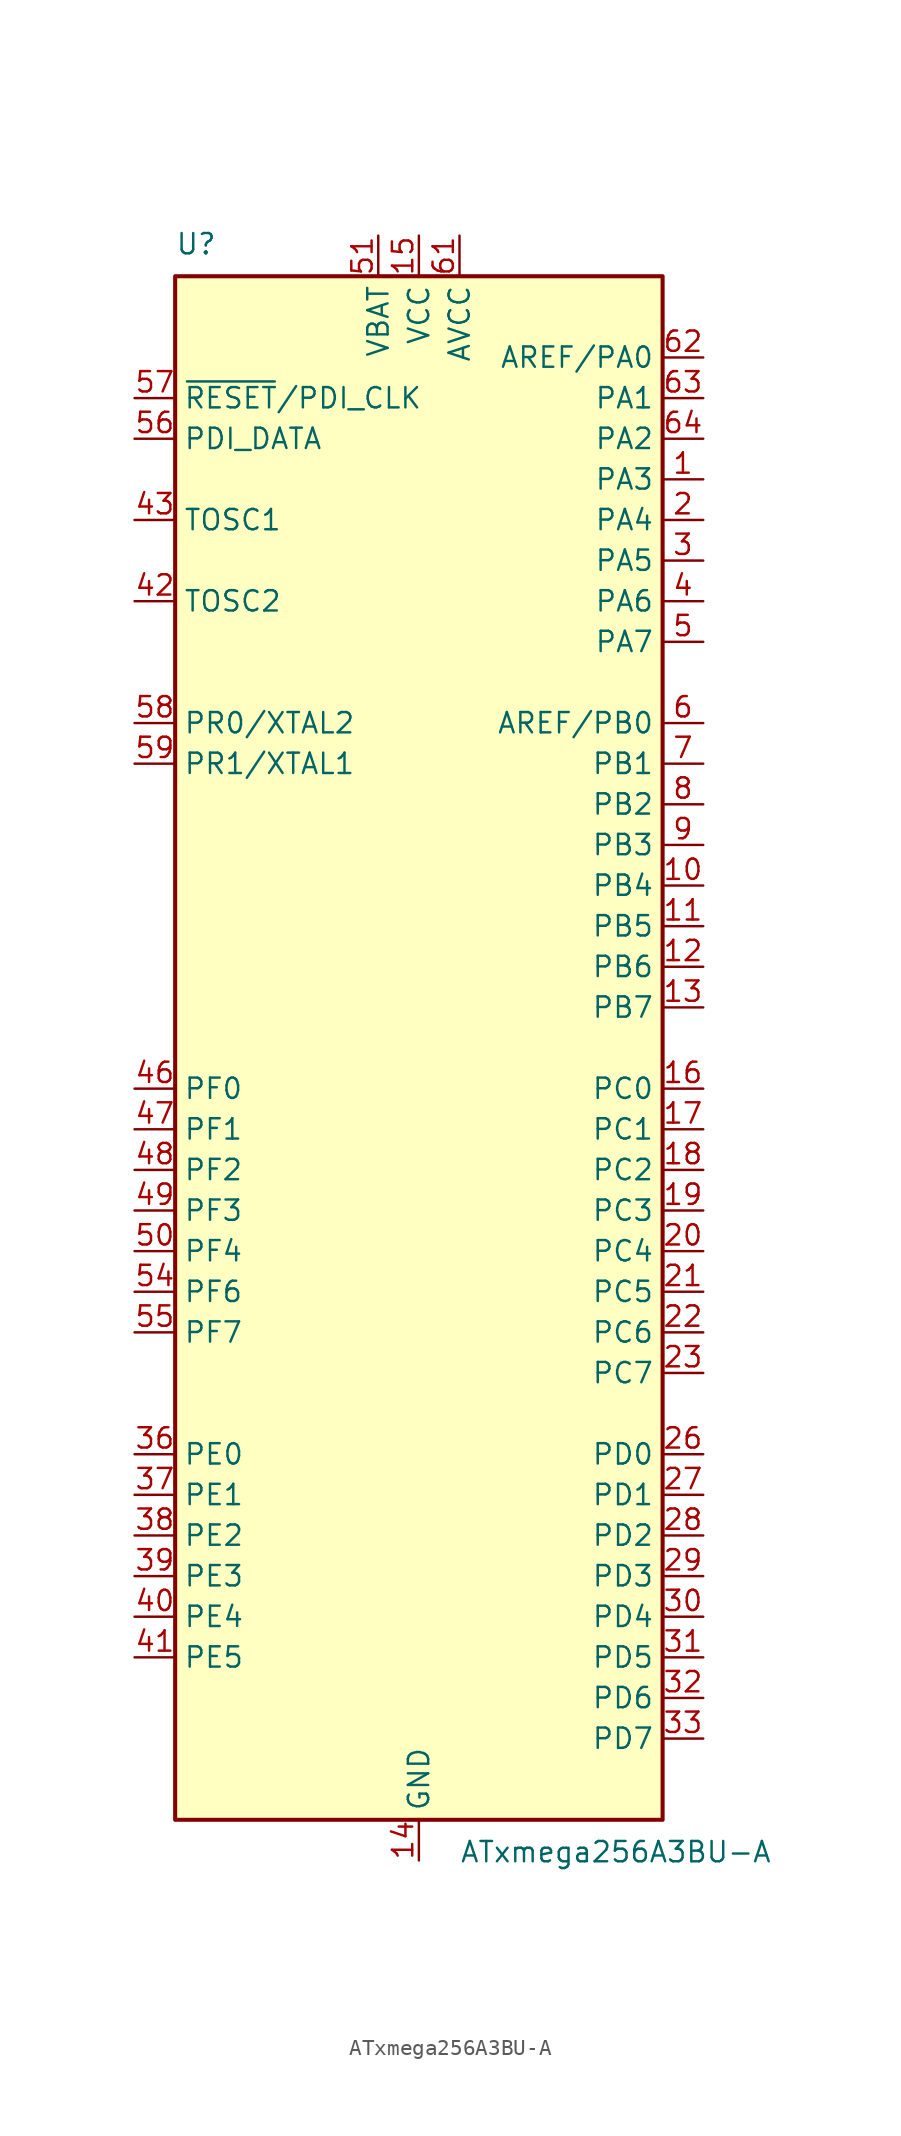
<source format=kicad_sym>
(kicad_symbol_lib
  (version 20231120)
  (generator "kicad_symbol_editor")
  (generator_version "8.0")
  (symbol "ATxmega256A3BU-A"
    (property "Reference" "U"
      (at -15.24 49.53 0)
      (effects (font (size 1.27 1.27)) (justify left bottom)))
    (property "Value" "ATxmega256A3BU-A"
      (at 2.54 -49.53 0)
      (effects (font (size 1.27 1.27)) (justify left top)))
    (symbol "ATxmega256A3BU-A_0_1"
      (rectangle (start -15.24 -48.26) (end 15.24 48.26) (stroke (width 0.254) (type default)) (fill (type background))))
    (symbol "ATxmega256A3BU-A_1_1"
      (pin bidirectional line (at 17.78 35.56 180) (length 2.54) (name "PA3" (effects (font (size 1.27 1.27)))) (number "1" (effects (font (size 1.27 1.27)))))
      (pin bidirectional line (at 17.78 10.16 180) (length 2.54) (name "PB4" (effects (font (size 1.27 1.27)))) (number "10" (effects (font (size 1.27 1.27)))))
      (pin bidirectional line (at 17.78 7.62 180) (length 2.54) (name "PB5" (effects (font (size 1.27 1.27)))) (number "11" (effects (font (size 1.27 1.27)))))
      (pin bidirectional line (at 17.78 5.08 180) (length 2.54) (name "PB6" (effects (font (size 1.27 1.27)))) (number "12" (effects (font (size 1.27 1.27)))))
      (pin bidirectional line (at 17.78 2.54 180) (length 2.54) (name "PB7" (effects (font (size 1.27 1.27)))) (number "13" (effects (font (size 1.27 1.27)))))
      (pin power_in line (at 0 -50.8 90) (length 2.54) (name "GND" (effects (font (size 1.27 1.27)))) (number "14" (effects (font (size 1.27 1.27)))))
      (pin power_in line (at 0 50.8 270) (length 2.54) (name "VCC" (effects (font (size 1.27 1.27)))) (number "15" (effects (font (size 1.27 1.27)))))
      (pin bidirectional line (at 17.78 -2.54 180) (length 2.54) (name "PC0" (effects (font (size 1.27 1.27)))) (number "16" (effects (font (size 1.27 1.27)))))
      (pin bidirectional line (at 17.78 -5.08 180) (length 2.54) (name "PC1" (effects (font (size 1.27 1.27)))) (number "17" (effects (font (size 1.27 1.27)))))
      (pin bidirectional line (at 17.78 -7.62 180) (length 2.54) (name "PC2" (effects (font (size 1.27 1.27)))) (number "18" (effects (font (size 1.27 1.27)))))
      (pin bidirectional line (at 17.78 -10.16 180) (length 2.54) (name "PC3" (effects (font (size 1.27 1.27)))) (number "19" (effects (font (size 1.27 1.27)))))
      (pin bidirectional line (at 17.78 33.02 180) (length 2.54) (name "PA4" (effects (font (size 1.27 1.27)))) (number "2" (effects (font (size 1.27 1.27)))))
      (pin bidirectional line (at 17.78 -12.7 180) (length 2.54) (name "PC4" (effects (font (size 1.27 1.27)))) (number "20" (effects (font (size 1.27 1.27)))))
      (pin bidirectional line (at 17.78 -15.24 180) (length 2.54) (name "PC5" (effects (font (size 1.27 1.27)))) (number "21" (effects (font (size 1.27 1.27)))))
      (pin bidirectional line (at 17.78 -17.78 180) (length 2.54) (name "PC6" (effects (font (size 1.27 1.27)))) (number "22" (effects (font (size 1.27 1.27)))))
      (pin bidirectional line (at 17.78 -20.32 180) (length 2.54) (name "PC7" (effects (font (size 1.27 1.27)))) (number "23" (effects (font (size 1.27 1.27)))))
      (pin passive line (at 0 -50.8 90) (length 2.54) hide (name "GND" (effects (font (size 1.27 1.27)))) (number "24" (effects (font (size 1.27 1.27)))))
      (pin passive line (at 0 50.8 270) (length 2.54) hide (name "VCC" (effects (font (size 1.27 1.27)))) (number "25" (effects (font (size 1.27 1.27)))))
      (pin bidirectional line (at 17.78 -25.4 180) (length 2.54) (name "PD0" (effects (font (size 1.27 1.27)))) (number "26" (effects (font (size 1.27 1.27)))))
      (pin bidirectional line (at 17.78 -27.94 180) (length 2.54) (name "PD1" (effects (font (size 1.27 1.27)))) (number "27" (effects (font (size 1.27 1.27)))))
      (pin bidirectional line (at 17.78 -30.48 180) (length 2.54) (name "PD2" (effects (font (size 1.27 1.27)))) (number "28" (effects (font (size 1.27 1.27)))))
      (pin bidirectional line (at 17.78 -33.02 180) (length 2.54) (name "PD3" (effects (font (size 1.27 1.27)))) (number "29" (effects (font (size 1.27 1.27)))))
      (pin bidirectional line (at 17.78 30.48 180) (length 2.54) (name "PA5" (effects (font (size 1.27 1.27)))) (number "3" (effects (font (size 1.27 1.27)))))
      (pin bidirectional line (at 17.78 -35.56 180) (length 2.54) (name "PD4" (effects (font (size 1.27 1.27)))) (number "30" (effects (font (size 1.27 1.27)))))
      (pin bidirectional line (at 17.78 -38.1 180) (length 2.54) (name "PD5" (effects (font (size 1.27 1.27)))) (number "31" (effects (font (size 1.27 1.27)))))
      (pin bidirectional line (at 17.78 -40.64 180) (length 2.54) (name "PD6" (effects (font (size 1.27 1.27)))) (number "32" (effects (font (size 1.27 1.27)))))
      (pin bidirectional line (at 17.78 -43.18 180) (length 2.54) (name "PD7" (effects (font (size 1.27 1.27)))) (number "33" (effects (font (size 1.27 1.27)))))
      (pin passive line (at 0 -50.8 90) (length 2.54) hide (name "GND" (effects (font (size 1.27 1.27)))) (number "34" (effects (font (size 1.27 1.27)))))
      (pin passive line (at 0 50.8 270) (length 2.54) hide (name "VCC" (effects (font (size 1.27 1.27)))) (number "35" (effects (font (size 1.27 1.27)))))
      (pin bidirectional line (at -17.78 -25.4 0) (length 2.54) (name "PE0" (effects (font (size 1.27 1.27)))) (number "36" (effects (font (size 1.27 1.27)))))
      (pin bidirectional line (at -17.78 -27.94 0) (length 2.54) (name "PE1" (effects (font (size 1.27 1.27)))) (number "37" (effects (font (size 1.27 1.27)))))
      (pin bidirectional line (at -17.78 -30.48 0) (length 2.54) (name "PE2" (effects (font (size 1.27 1.27)))) (number "38" (effects (font (size 1.27 1.27)))))
      (pin bidirectional line (at -17.78 -33.02 0) (length 2.54) (name "PE3" (effects (font (size 1.27 1.27)))) (number "39" (effects (font (size 1.27 1.27)))))
      (pin bidirectional line (at 17.78 27.94 180) (length 2.54) (name "PA6" (effects (font (size 1.27 1.27)))) (number "4" (effects (font (size 1.27 1.27)))))
      (pin bidirectional line (at -17.78 -35.56 0) (length 2.54) (name "PE4" (effects (font (size 1.27 1.27)))) (number "40" (effects (font (size 1.27 1.27)))))
      (pin bidirectional line (at -17.78 -38.1 0) (length 2.54) (name "PE5" (effects (font (size 1.27 1.27)))) (number "41" (effects (font (size 1.27 1.27)))))
      (pin passive line (at -17.78 27.94 0) (length 2.54) (name "TOSC2" (effects (font (size 1.27 1.27)))) (number "42" (effects (font (size 1.27 1.27)))))
      (pin input line (at -17.78 33.02 0) (length 2.54) (name "TOSC1" (effects (font (size 1.27 1.27)))) (number "43" (effects (font (size 1.27 1.27)))))
      (pin passive line (at 0 -50.8 90) (length 2.54) hide (name "GND" (effects (font (size 1.27 1.27)))) (number "44" (effects (font (size 1.27 1.27)))))
      (pin passive line (at 0 50.8 270) (length 2.54) hide (name "VCC" (effects (font (size 1.27 1.27)))) (number "45" (effects (font (size 1.27 1.27)))))
      (pin bidirectional line (at -17.78 -2.54 0) (length 2.54) (name "PF0" (effects (font (size 1.27 1.27)))) (number "46" (effects (font (size 1.27 1.27)))))
      (pin bidirectional line (at -17.78 -5.08 0) (length 2.54) (name "PF1" (effects (font (size 1.27 1.27)))) (number "47" (effects (font (size 1.27 1.27)))))
      (pin bidirectional line (at -17.78 -7.62 0) (length 2.54) (name "PF2" (effects (font (size 1.27 1.27)))) (number "48" (effects (font (size 1.27 1.27)))))
      (pin bidirectional line (at -17.78 -10.16 0) (length 2.54) (name "PF3" (effects (font (size 1.27 1.27)))) (number "49" (effects (font (size 1.27 1.27)))))
      (pin bidirectional line (at 17.78 25.4 180) (length 2.54) (name "PA7" (effects (font (size 1.27 1.27)))) (number "5" (effects (font (size 1.27 1.27)))))
      (pin bidirectional line (at -17.78 -12.7 0) (length 2.54) (name "PF4" (effects (font (size 1.27 1.27)))) (number "50" (effects (font (size 1.27 1.27)))))
      (pin power_in line (at -2.54 50.8 270) (length 2.54) (name "VBAT" (effects (font (size 1.27 1.27)))) (number "51" (effects (font (size 1.27 1.27)))))
      (pin passive line (at 0 -50.8 90) (length 2.54) hide (name "GND" (effects (font (size 1.27 1.27)))) (number "52" (effects (font (size 1.27 1.27)))))
      (pin passive line (at 0 50.8 270) (length 2.54) hide (name "VCC" (effects (font (size 1.27 1.27)))) (number "53" (effects (font (size 1.27 1.27)))))
      (pin bidirectional line (at -17.78 -15.24 0) (length 2.54) (name "PF6" (effects (font (size 1.27 1.27)))) (number "54" (effects (font (size 1.27 1.27)))))
      (pin bidirectional line (at -17.78 -17.78 0) (length 2.54) (name "PF7" (effects (font (size 1.27 1.27)))) (number "55" (effects (font (size 1.27 1.27)))))
      (pin bidirectional line (at -17.78 38.1 0) (length 2.54) (name "PDI_DATA" (effects (font (size 1.27 1.27)))) (number "56" (effects (font (size 1.27 1.27)))))
      (pin input line (at -17.78 40.64 0) (length 2.54) (name "~{RESET}/PDI_CLK" (effects (font (size 1.27 1.27)))) (number "57" (effects (font (size 1.27 1.27)))))
      (pin bidirectional line (at -17.78 20.32 0) (length 2.54) (name "PR0/XTAL2" (effects (font (size 1.27 1.27)))) (number "58" (effects (font (size 1.27 1.27)))))
      (pin bidirectional line (at -17.78 17.78 0) (length 2.54) (name "PR1/XTAL1" (effects (font (size 1.27 1.27)))) (number "59" (effects (font (size 1.27 1.27)))))
      (pin bidirectional line (at 17.78 20.32 180) (length 2.54) (name "AREF/PB0" (effects (font (size 1.27 1.27)))) (number "6" (effects (font (size 1.27 1.27)))))
      (pin passive line (at 0 -50.8 90) (length 2.54) hide (name "GND" (effects (font (size 1.27 1.27)))) (number "60" (effects (font (size 1.27 1.27)))))
      (pin power_in line (at 2.54 50.8 270) (length 2.54) (name "AVCC" (effects (font (size 1.27 1.27)))) (number "61" (effects (font (size 1.27 1.27)))))
      (pin bidirectional line (at 17.78 43.18 180) (length 2.54) (name "AREF/PA0" (effects (font (size 1.27 1.27)))) (number "62" (effects (font (size 1.27 1.27)))))
      (pin bidirectional line (at 17.78 40.64 180) (length 2.54) (name "PA1" (effects (font (size 1.27 1.27)))) (number "63" (effects (font (size 1.27 1.27)))))
      (pin bidirectional line (at 17.78 38.1 180) (length 2.54) (name "PA2" (effects (font (size 1.27 1.27)))) (number "64" (effects (font (size 1.27 1.27)))))
      (pin bidirectional line (at 17.78 17.78 180) (length 2.54) (name "PB1" (effects (font (size 1.27 1.27)))) (number "7" (effects (font (size 1.27 1.27)))))
      (pin bidirectional line (at 17.78 15.24 180) (length 2.54) (name "PB2" (effects (font (size 1.27 1.27)))) (number "8" (effects (font (size 1.27 1.27)))))
      (pin bidirectional line (at 17.78 12.7 180) (length 2.54) (name "PB3" (effects (font (size 1.27 1.27)))) (number "9" (effects (font (size 1.27 1.27))))))))
</source>
